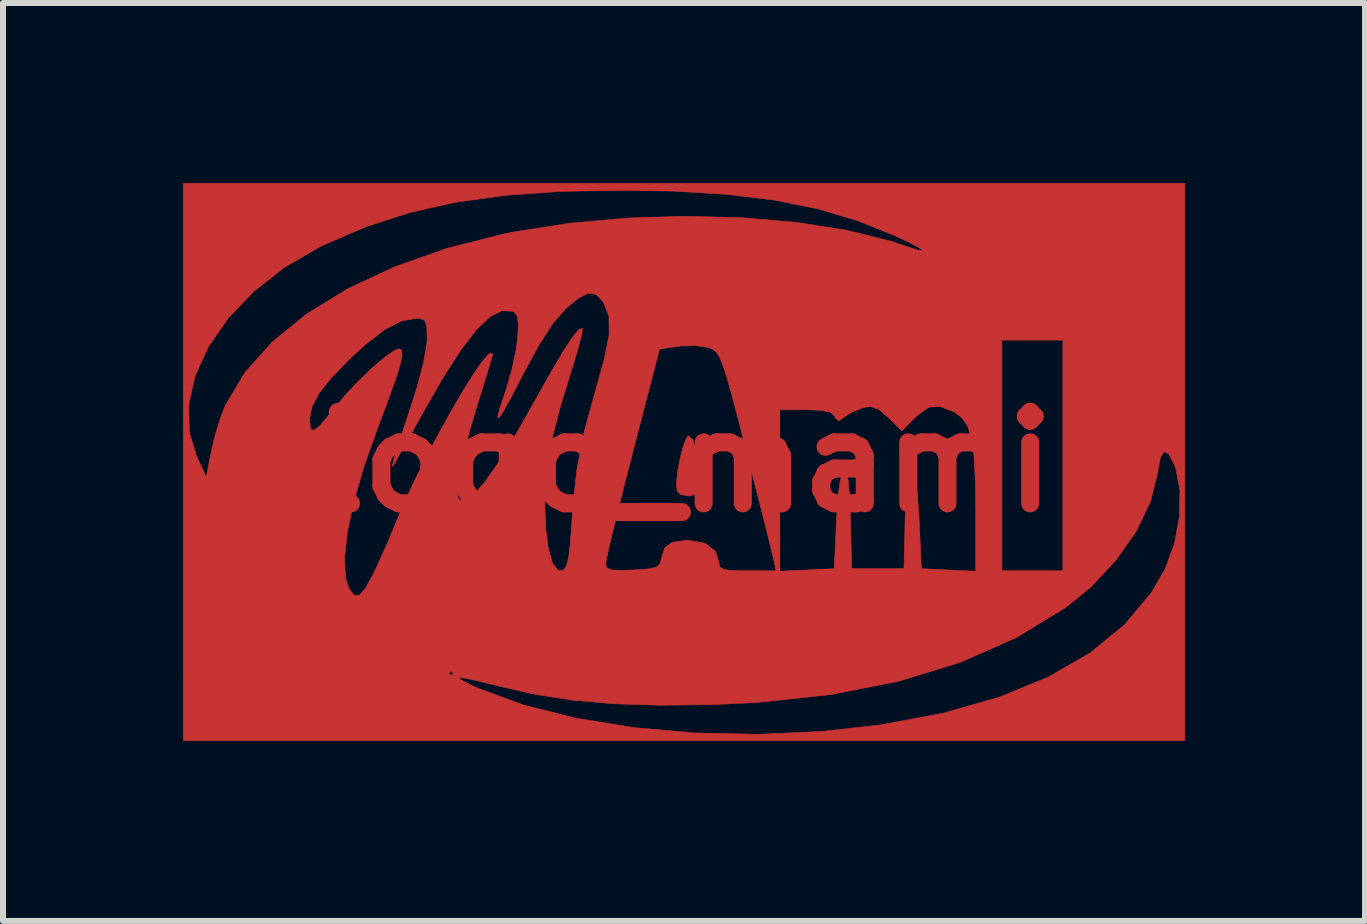
<source format=kicad_pcb>
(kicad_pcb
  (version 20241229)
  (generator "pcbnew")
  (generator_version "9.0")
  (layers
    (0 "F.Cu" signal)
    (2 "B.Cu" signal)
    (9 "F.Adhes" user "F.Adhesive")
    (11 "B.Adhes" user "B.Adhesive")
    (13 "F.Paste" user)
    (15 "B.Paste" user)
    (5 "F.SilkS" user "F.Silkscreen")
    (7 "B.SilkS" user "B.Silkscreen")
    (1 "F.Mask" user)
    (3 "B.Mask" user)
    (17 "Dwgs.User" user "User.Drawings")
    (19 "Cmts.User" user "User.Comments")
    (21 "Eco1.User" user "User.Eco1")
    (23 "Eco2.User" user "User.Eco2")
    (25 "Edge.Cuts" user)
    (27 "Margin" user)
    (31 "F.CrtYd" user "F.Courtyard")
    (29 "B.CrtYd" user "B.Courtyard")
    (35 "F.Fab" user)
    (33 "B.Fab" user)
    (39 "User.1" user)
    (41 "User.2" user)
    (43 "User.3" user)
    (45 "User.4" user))
  (footprint "logo_mami"
    (layer "F.Cu")
    (at 8.351 4.65)
    (property "Reference" "logo_mami" (at 0 0 0) (layer "F.Cu") (effects (font (size 1.524 1.524) (thickness 0.3))))
    (attr through_hole)
    (fp_poly (pts (xy 0.144 -0.369) (xy 0.201 -0.19) (xy 0.239 0.065) (xy 0.249 0.254) (xy 0.24 0.445) (xy 0.19 0.536) (xy 0.09 0.568) (xy -0.06 0.543) (xy -0.115 0.481) (xy -0.126 0.354) (xy -0.106 0.155) (xy -0.064 -0.068) (xy -0.011 -0.271) (xy 0.044 -0.406) (xy 0.076 -0.435) (xy 0.144 -0.369)) (stroke (width 0.01) (type solid)) (fill yes) (layer "F.Cu"))
    (fp_poly (pts (xy 8.346 4.645) (xy -8.346 4.645) (xy -8.346 3.591) (xy -3.761 3.591) (xy -3.715 3.632) (xy -3.572 3.708) (xy -3.441 3.769) (xy -2.676 4.05) (xy -1.803 4.27) (xy -0.845 4.426) (xy 0.173 4.516) (xy 1.227 4.539) (xy 2.292 4.491) (xy 3.266 4.383) (xy 4.317 4.187) (xy 5.253 3.92) (xy 6.071 3.585) (xy 6.768 3.182) (xy 7.341 2.713) (xy 7.788 2.181) (xy 8.02 1.778) (xy 8.174 1.358) (xy 8.257 0.907) (xy 8.265 0.473) (xy 8.195 0.103) (xy 8.173 0.046) (xy 8.077 -0.136) (xy 7.998 -0.175) (xy 7.937 -0.071) (xy 7.893 0.178) (xy 7.892 0.183) (xy 7.775 0.656) (xy 7.539 1.149) (xy 7.201 1.633) (xy 6.781 2.082) (xy 6.36 2.425) (xy 5.535 2.928) (xy 4.609 3.337) (xy 3.58 3.653) (xy 2.444 3.877) (xy 1.199 4.01) (xy 0.466 4.044) (xy -0.407 4.054) (xy -1.169 4.03) (xy -1.852 3.97) (xy -2.487 3.871) (xy -3.08 3.737) (xy -3.367 3.665) (xy -3.596 3.614) (xy -3.735 3.59) (xy -3.761 3.591) (xy -8.346 3.591) (xy -8.346 3.52) (xy -3.919 3.52) (xy -3.883 3.556) (xy -3.846 3.52) (xy -3.883 3.483) (xy -3.919 3.52) (xy -8.346 3.52) (xy -8.346 -0.957) (xy -8.257 -0.957) (xy -8.245 -0.489) (xy -8.127 -0.103) (xy -7.964 0.254) (xy -7.878 -0.181) (xy -7.803 -0.487) (xy -7.737 -0.693) (xy -6.241 -0.693) (xy -6.226 -0.556) (xy -6.172 -0.524) (xy -6.069 -0.604) (xy -5.903 -0.8) (xy -5.848 -0.872) (xy -5.649 -1.112) (xy -5.418 -1.356) (xy -5.184 -1.58) (xy -4.973 -1.758) (xy -4.812 -1.866) (xy -4.749 -1.887) (xy -4.706 -1.861) (xy -4.7 -1.772) (xy -4.736 -1.607) (xy -4.818 -1.349) (xy -4.949 -0.986) (xy -5.103 -0.579) (xy -5.331 0.06) (xy -5.501 0.647) (xy -5.612 1.166) (xy -5.659 1.601) (xy -5.642 1.936) (xy -5.585 2.109) (xy -5.5 2.223) (xy -5.413 2.224) (xy -5.309 2.103) (xy -5.191 1.891) (xy -5.073 1.642) (xy -4.932 1.323) (xy -4.798 1) (xy -4.788 0.977) (xy -4.645 0.64) (xy -4.472 0.271) (xy -4.278 -0.115) (xy -4.074 -0.501) (xy -3.87 -0.867) (xy -3.676 -1.198) (xy -3.502 -1.475) (xy -3.357 -1.682) (xy -3.253 -1.8) (xy -3.199 -1.814) (xy -3.193 -1.784) (xy -3.214 -1.707) (xy -3.27 -1.52) (xy -3.353 -1.251) (xy -3.453 -0.931) (xy -3.562 -0.563) (xy -3.657 -0.202) (xy -3.725 0.104) (xy -3.754 0.28) (xy -3.773 0.503) (xy -3.763 0.615) (xy -3.715 0.648) (xy -3.66 0.642) (xy -3.515 0.554) (xy -3.32 0.335) (xy -3.076 -0.016) (xy -2.78 -0.499) (xy -2.504 -0.988) (xy -2.231 -1.474) (xy -2.018 -1.835) (xy -1.861 -2.077) (xy -1.754 -2.206) (xy -1.696 -2.228) (xy -1.694 -2.227) (xy -1.702 -2.149) (xy -1.747 -1.965) (xy -1.822 -1.705) (xy -1.881 -1.515) (xy -2.06 -0.928) (xy -2.187 -0.441) (xy -2.268 -0.021) (xy -2.31 0.367) (xy -2.321 0.689) (xy -2.306 1.112) (xy -2.261 1.45) (xy -2.193 1.687) (xy -2.103 1.805) (xy -2.066 1.814) (xy -2.005 1.797) (xy -1.959 1.73) (xy -1.951 1.695) (xy -1.306 1.695) (xy -1.287 1.764) (xy -1.208 1.799) (xy -1.038 1.806) (xy -0.853 1.8) (xy -0.604 1.783) (xy -0.464 1.754) (xy -0.399 1.697) (xy -0.374 1.597) (xy -0.374 1.597) (xy -0.32 1.428) (xy -0.198 1.339) (xy 0.025 1.308) (xy 0.086 1.307) (xy 0.346 1.354) (xy 0.52 1.485) (xy 0.581 1.674) (xy 0.597 1.75) (xy 0.665 1.792) (xy 0.819 1.811) (xy 1.058 1.814) (xy 1.536 1.814) (xy 1.49 1.607) (xy 1.459 1.478) (xy 1.398 1.232) (xy 1.313 0.891) (xy 1.208 0.48) (xy 1.091 0.02) (xy 1.03 -0.22) (xy 0.897 -0.738) (xy 0.861 -0.871) (xy 1.597 -0.871) (xy 1.597 1.821) (xy 2.05 1.8) (xy 2.504 1.778) (xy 2.54 0.986) (xy 2.567 0.571) (xy 2.604 0.301) (xy 2.65 0.174) (xy 2.665 0.164) (xy 2.706 0.192) (xy 2.737 0.32) (xy 2.758 0.561) (xy 2.773 0.932) (xy 2.773 0.956) (xy 2.794 1.778) (xy 3.665 1.778) (xy 3.685 0.956) (xy 3.699 0.578) (xy 3.72 0.33) (xy 3.751 0.197) (xy 3.792 0.163) (xy 3.794 0.164) (xy 3.843 0.253) (xy 3.883 0.484) (xy 3.912 0.86) (xy 3.919 0.986) (xy 3.955 1.778) (xy 4.409 1.8) (xy 4.862 1.821) (xy 4.862 0.82) (xy 4.855 0.297) (xy 4.833 -0.101) (xy 4.791 -0.393) (xy 4.726 -0.599) (xy 4.631 -0.739) (xy 4.504 -0.832) (xy 4.5 -0.834) (xy 4.264 -0.927) (xy 4.079 -0.912) (xy 3.891 -0.78) (xy 3.841 -0.731) (xy 3.629 -0.519) (xy 3.409 -0.739) (xy 3.242 -0.88) (xy 3.102 -0.924) (xy 2.992 -0.909) (xy 2.798 -0.833) (xy 2.676 -0.753) (xy 2.58 -0.685) (xy 2.529 -0.726) (xy 2.515 -0.759) (xy 2.447 -0.826) (xy 2.288 -0.861) (xy 2.034 -0.871) (xy 1.597 -0.871) (xy 0.861 -0.871) (xy 0.792 -1.133) (xy 0.71 -1.423) (xy 0.644 -1.625) (xy 0.588 -1.756) (xy 0.535 -1.835) (xy 0.478 -1.88) (xy 0.412 -1.907) (xy 0.208 -1.939) (xy -0.043 -1.935) (xy -0.1 -1.928) (xy -0.409 -1.882) (xy -0.857 -0.156) (xy -0.982 0.328) (xy -1.093 0.77) (xy -1.186 1.149) (xy -1.256 1.444) (xy -1.297 1.635) (xy -1.306 1.695) (xy -1.951 1.695) (xy -1.924 1.593) (xy -1.896 1.365) (xy -1.871 1.025) (xy -1.855 0.762) (xy -1.789 0.141) (xy -1.668 -0.483) (xy -1.624 -0.653) (xy -1.528 -1) (xy -1.434 -1.339) (xy -1.357 -1.616) (xy -1.333 -1.703) (xy -1.266 -2.032) (xy 5.298 -2.032) (xy 5.298 1.814) (xy 6.314 1.814) (xy 6.314 -2.032) (xy 5.298 -2.032) (xy -1.266 -2.032) (xy -1.248 -2.116) (xy -1.252 -2.432) (xy -1.344 -2.665) (xy -1.347 -2.669) (xy -1.464 -2.792) (xy -1.594 -2.814) (xy -1.762 -2.73) (xy -1.966 -2.562) (xy -2.178 -2.321) (xy -2.416 -1.956) (xy -2.686 -1.46) (xy -2.688 -1.455) (xy -2.88 -1.083) (xy -3.013 -0.843) (xy -3.088 -0.732) (xy -3.107 -0.749) (xy -3.07 -0.895) (xy -2.979 -1.167) (xy -2.968 -1.2) (xy -2.874 -1.518) (xy -2.801 -1.864) (xy -2.776 -2.049) (xy -2.761 -2.292) (xy -2.777 -2.43) (xy -2.831 -2.497) (xy -2.861 -2.512) (xy -3.035 -2.522) (xy -3.232 -2.423) (xy -3.458 -2.209) (xy -3.716 -1.875) (xy -4.012 -1.415) (xy -4.345 -0.835) (xy -4.519 -0.52) (xy -4.673 -0.245) (xy -4.79 -0.039) (xy -4.854 0.07) (xy -4.856 0.073) (xy -4.86 0.049) (xy -4.822 -0.091) (xy -4.749 -0.326) (xy -4.648 -0.635) (xy -4.604 -0.762) (xy -4.449 -1.248) (xy -4.342 -1.653) (xy -4.288 -1.956) (xy -4.282 -2.05) (xy -4.288 -2.259) (xy -4.321 -2.36) (xy -4.401 -2.393) (xy -4.467 -2.395) (xy -4.711 -2.35) (xy -4.985 -2.21) (xy -5.306 -1.964) (xy -5.575 -1.716) (xy -5.883 -1.399) (xy -6.087 -1.142) (xy -6.201 -0.923) (xy -6.241 -0.719) (xy -6.241 -0.693) (xy -7.737 -0.693) (xy -7.705 -0.794) (xy -7.645 -0.943) (xy -7.322 -1.486) (xy -6.868 -1.995) (xy -6.294 -2.464) (xy -5.609 -2.885) (xy -4.825 -3.252) (xy -3.953 -3.56) (xy -3.003 -3.801) (xy -2.821 -3.837) (xy -1.902 -3.98) (xy -0.946 -4.066) (xy 0.021 -4.096) (xy 0.972 -4.071) (xy 1.878 -3.993) (xy 2.713 -3.862) (xy 3.449 -3.679) (xy 3.683 -3.601) (xy 3.894 -3.531) (xy 3.979 -3.518) (xy 3.941 -3.556) (xy 3.787 -3.642) (xy 3.521 -3.769) (xy 3.502 -3.777) (xy 2.883 -4.026) (xy 2.225 -4.22) (xy 1.508 -4.364) (xy 0.71 -4.461) (xy -0.19 -4.515) (xy -1.016 -4.53) (xy -2.059 -4.51) (xy -2.985 -4.444) (xy -3.819 -4.327) (xy -4.581 -4.155) (xy -5.296 -3.923) (xy -5.986 -3.627) (xy -6.071 -3.586) (xy -6.661 -3.244) (xy -7.172 -2.843) (xy -7.596 -2.4) (xy -7.924 -1.928) (xy -8.148 -1.442) (xy -8.257 -0.957) (xy -8.346 -0.957) (xy -8.346 -4.645) (xy 8.346 -4.645) (xy 8.346 4.645)) (stroke (width 0.01) (type solid)) (fill yes) (layer "F.Cu")))
  (gr_rect
    (start -3 -3)
    (end 19.701 12.299)
    (stroke (width 0.1) (type default))
    (fill no)
    (layer "Edge.Cuts")))
</source>
